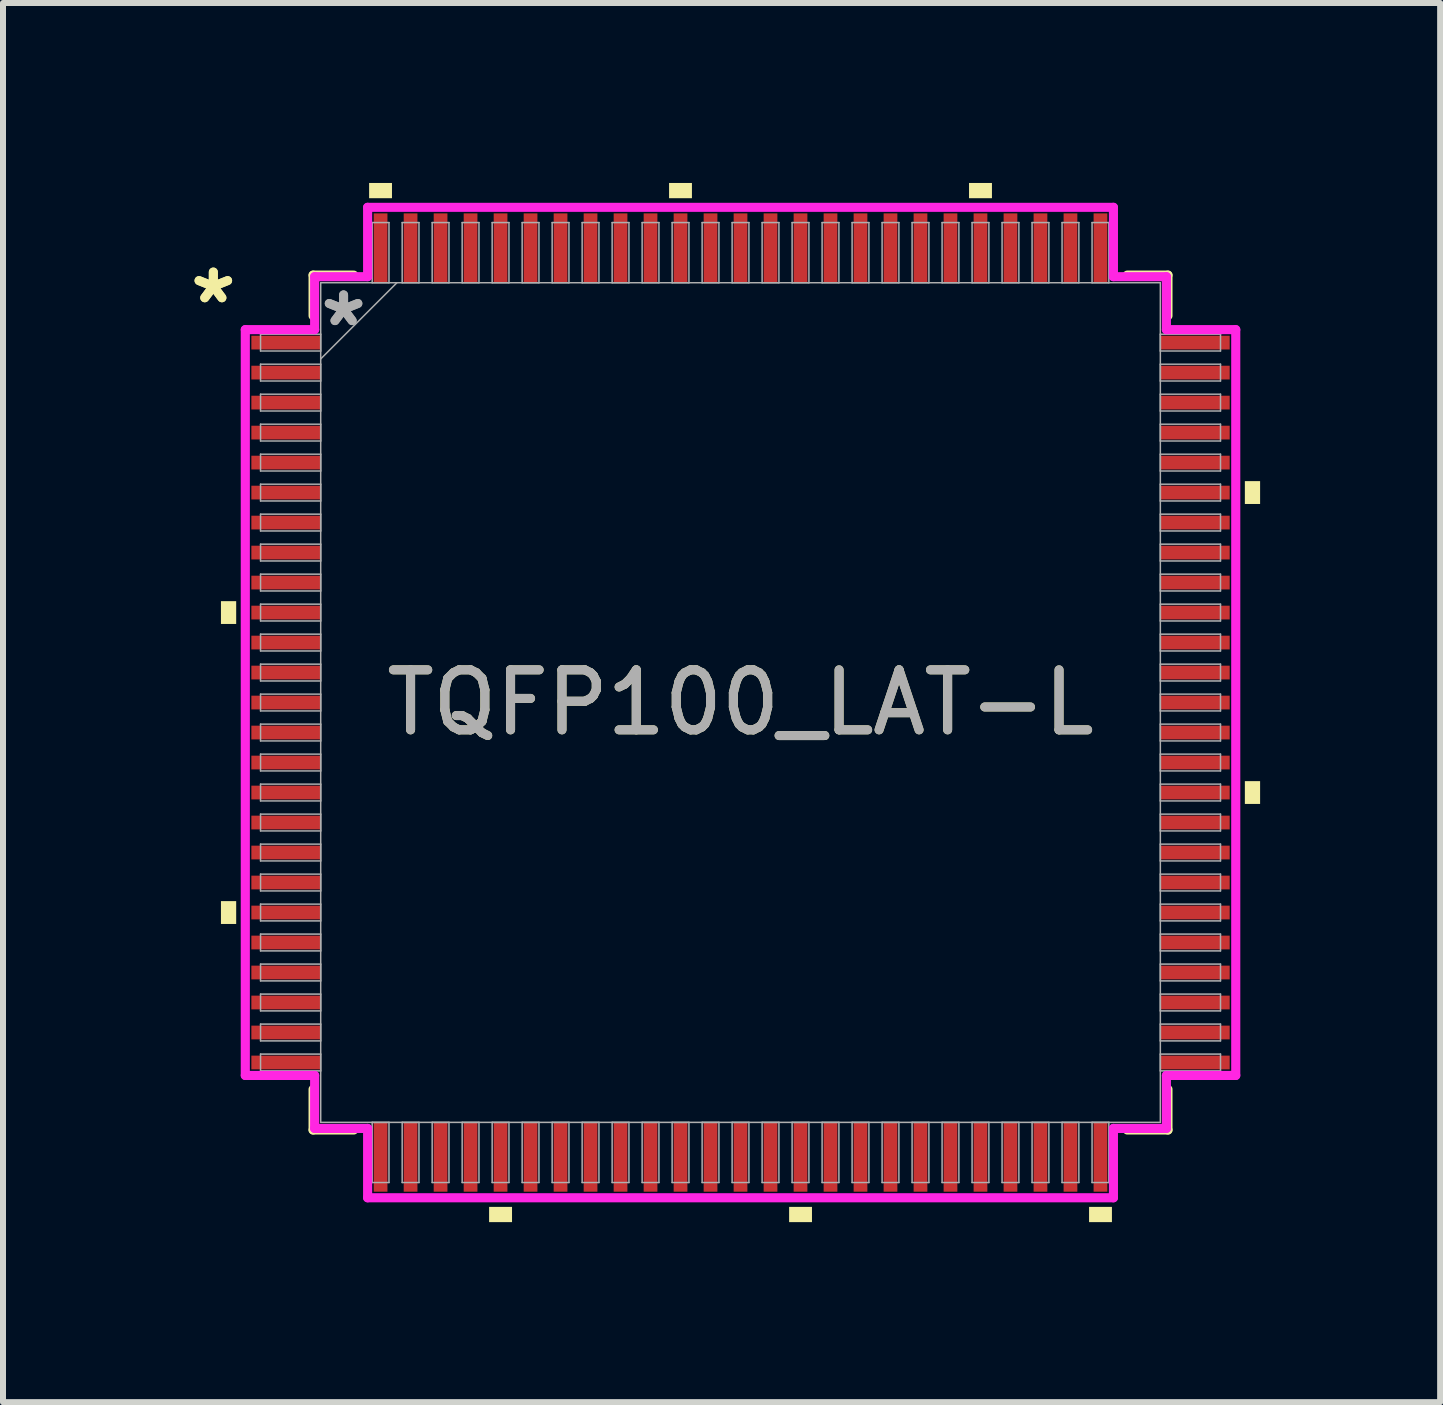
<source format=kicad_pcb>
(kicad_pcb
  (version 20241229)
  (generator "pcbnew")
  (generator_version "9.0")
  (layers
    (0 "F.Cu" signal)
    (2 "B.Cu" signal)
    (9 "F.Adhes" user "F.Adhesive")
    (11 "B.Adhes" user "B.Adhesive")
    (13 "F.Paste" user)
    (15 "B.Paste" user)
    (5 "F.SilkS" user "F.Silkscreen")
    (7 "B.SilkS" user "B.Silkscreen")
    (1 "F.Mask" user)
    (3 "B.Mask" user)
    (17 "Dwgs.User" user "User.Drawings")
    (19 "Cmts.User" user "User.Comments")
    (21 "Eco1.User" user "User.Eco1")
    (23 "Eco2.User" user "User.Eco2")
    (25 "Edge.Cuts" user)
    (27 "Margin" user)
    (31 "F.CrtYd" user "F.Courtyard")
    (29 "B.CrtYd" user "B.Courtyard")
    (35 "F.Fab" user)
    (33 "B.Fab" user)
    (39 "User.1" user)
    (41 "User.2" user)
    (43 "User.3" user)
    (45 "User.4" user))
  (footprint "TQFP100_LAT-L"
    (layer "F.Cu")
    (at 9.294 8.661)
    (property "Reference" "TQFP100_LAT-L" (at 0 0 0) (unlocked yes) (layer "F.SilkS") (effects (font (size 1 1) (thickness 0.15))))
    (attr smd)
    (fp_line (start -7.125 -7.125) (end -7.125 -6.447) (stroke (width 0.152) (type solid)) (layer "F.SilkS"))
    (fp_line (start -7.125 6.447) (end -7.125 7.125) (stroke (width 0.152) (type solid)) (layer "F.SilkS"))
    (fp_line (start -7.125 7.125) (end -6.447 7.125) (stroke (width 0.152) (type solid)) (layer "F.SilkS"))
    (fp_line (start -6.447 -7.125) (end -7.125 -7.125) (stroke (width 0.152) (type solid)) (layer "F.SilkS"))
    (fp_line (start 6.447 7.125) (end 7.125 7.125) (stroke (width 0.152) (type solid)) (layer "F.SilkS"))
    (fp_line (start 7.125 -7.125) (end 6.447 -7.125) (stroke (width 0.152) (type solid)) (layer "F.SilkS"))
    (fp_line (start 7.125 -6.447) (end 7.125 -7.125) (stroke (width 0.152) (type solid)) (layer "F.SilkS"))
    (fp_line (start 7.125 7.125) (end 7.125 6.447) (stroke (width 0.152) (type solid)) (layer "F.SilkS"))
    (fp_poly (pts (xy -8.661 -1.69) (xy -8.661 -1.31) (xy -8.407 -1.31) (xy -8.407 -1.69)) (stroke (width 0) (type solid)) (fill yes) (layer "F.SilkS"))
    (fp_poly (pts (xy -8.661 3.31) (xy -8.661 3.691) (xy -8.407 3.691) (xy -8.407 3.31)) (stroke (width 0) (type solid)) (fill yes) (layer "F.SilkS"))
    (fp_poly (pts (xy -6.191 -8.407) (xy -6.191 -8.661) (xy -5.81 -8.661) (xy -5.81 -8.407)) (stroke (width 0) (type solid)) (fill yes) (layer "F.SilkS"))
    (fp_poly (pts (xy -4.191 8.407) (xy -4.191 8.661) (xy -3.809 8.661) (xy -3.809 8.407)) (stroke (width 0) (type solid)) (fill yes) (layer "F.SilkS"))
    (fp_poly (pts (xy -1.191 -8.407) (xy -1.191 -8.661) (xy -0.81 -8.661) (xy -0.81 -8.407)) (stroke (width 0) (type solid)) (fill yes) (layer "F.SilkS"))
    (fp_poly (pts (xy 0.81 8.407) (xy 0.81 8.661) (xy 1.191 8.661) (xy 1.191 8.407)) (stroke (width 0) (type solid)) (fill yes) (layer "F.SilkS"))
    (fp_poly (pts (xy 3.809 -8.407) (xy 3.809 -8.661) (xy 4.191 -8.661) (xy 4.191 -8.407)) (stroke (width 0) (type solid)) (fill yes) (layer "F.SilkS"))
    (fp_poly (pts (xy 5.81 8.407) (xy 5.81 8.661) (xy 6.191 8.661) (xy 6.191 8.407)) (stroke (width 0) (type solid)) (fill yes) (layer "F.SilkS"))
    (fp_poly (pts (xy 8.661 -3.691) (xy 8.661 -3.31) (xy 8.407 -3.31) (xy 8.407 -3.691)) (stroke (width 0) (type solid)) (fill yes) (layer "F.SilkS"))
    (fp_poly (pts (xy 8.661 1.31) (xy 8.661 1.69) (xy 8.407 1.69) (xy 8.407 1.31)) (stroke (width 0) (type solid)) (fill yes) (layer "F.SilkS"))
    (fp_line (start -8.255 -6.216) (end -7.099 -6.216) (stroke (width 0.152) (type solid)) (layer "F.CrtYd"))
    (fp_line (start -8.255 6.216) (end -8.255 -6.216) (stroke (width 0.152) (type solid)) (layer "F.CrtYd"))
    (fp_line (start -7.099 -7.099) (end -6.216 -7.099) (stroke (width 0.152) (type solid)) (layer "F.CrtYd"))
    (fp_line (start -7.099 -6.216) (end -7.099 -7.099) (stroke (width 0.152) (type solid)) (layer "F.CrtYd"))
    (fp_line (start -7.099 6.216) (end -8.255 6.216) (stroke (width 0.152) (type solid)) (layer "F.CrtYd"))
    (fp_line (start -7.099 7.099) (end -7.099 6.216) (stroke (width 0.152) (type solid)) (layer "F.CrtYd"))
    (fp_line (start -7.099 7.099) (end -6.216 7.099) (stroke (width 0.152) (type solid)) (layer "F.CrtYd"))
    (fp_line (start -6.216 -8.255) (end 6.216 -8.255) (stroke (width 0.152) (type solid)) (layer "F.CrtYd"))
    (fp_line (start -6.216 -7.099) (end -6.216 -8.255) (stroke (width 0.152) (type solid)) (layer "F.CrtYd"))
    (fp_line (start -6.216 7.099) (end -6.216 8.255) (stroke (width 0.152) (type solid)) (layer "F.CrtYd"))
    (fp_line (start -6.216 8.255) (end 6.216 8.255) (stroke (width 0.152) (type solid)) (layer "F.CrtYd"))
    (fp_line (start 6.216 -8.255) (end 6.216 -7.099) (stroke (width 0.152) (type solid)) (layer "F.CrtYd"))
    (fp_line (start 6.216 -7.099) (end 7.099 -7.099) (stroke (width 0.152) (type solid)) (layer "F.CrtYd"))
    (fp_line (start 6.216 7.099) (end 7.099 7.099) (stroke (width 0.152) (type solid)) (layer "F.CrtYd"))
    (fp_line (start 6.216 8.255) (end 6.216 7.099) (stroke (width 0.152) (type solid)) (layer "F.CrtYd"))
    (fp_line (start 7.099 -6.216) (end 7.099 -7.099) (stroke (width 0.152) (type solid)) (layer "F.CrtYd"))
    (fp_line (start 7.099 6.216) (end 8.255 6.216) (stroke (width 0.152) (type solid)) (layer "F.CrtYd"))
    (fp_line (start 7.099 7.099) (end 7.099 6.216) (stroke (width 0.152) (type solid)) (layer "F.CrtYd"))
    (fp_line (start 8.255 -6.216) (end 7.099 -6.216) (stroke (width 0.152) (type solid)) (layer "F.CrtYd"))
    (fp_line (start 8.255 6.216) (end 8.255 -6.216) (stroke (width 0.152) (type solid)) (layer "F.CrtYd"))
    (fp_line (start -8.001 -6.14) (end -8.001 -5.86) (stroke (width 0.025) (type solid)) (layer "F.Fab"))
    (fp_line (start -8.001 -5.86) (end -6.998 -5.86) (stroke (width 0.025) (type solid)) (layer "F.Fab"))
    (fp_line (start -8.001 -5.64) (end -8.001 -5.36) (stroke (width 0.025) (type solid)) (layer "F.Fab"))
    (fp_line (start -8.001 -5.36) (end -6.998 -5.36) (stroke (width 0.025) (type solid)) (layer "F.Fab"))
    (fp_line (start -8.001 -5.14) (end -8.001 -4.86) (stroke (width 0.025) (type solid)) (layer "F.Fab"))
    (fp_line (start -8.001 -4.86) (end -6.998 -4.86) (stroke (width 0.025) (type solid)) (layer "F.Fab"))
    (fp_line (start -8.001 -4.64) (end -8.001 -4.36) (stroke (width 0.025) (type solid)) (layer "F.Fab"))
    (fp_line (start -8.001 -4.36) (end -6.998 -4.36) (stroke (width 0.025) (type solid)) (layer "F.Fab"))
    (fp_line (start -8.001 -4.14) (end -8.001 -3.86) (stroke (width 0.025) (type solid)) (layer "F.Fab"))
    (fp_line (start -8.001 -3.86) (end -6.998 -3.86) (stroke (width 0.025) (type solid)) (layer "F.Fab"))
    (fp_line (start -8.001 -3.64) (end -8.001 -3.36) (stroke (width 0.025) (type solid)) (layer "F.Fab"))
    (fp_line (start -8.001 -3.36) (end -6.998 -3.36) (stroke (width 0.025) (type solid)) (layer "F.Fab"))
    (fp_line (start -8.001 -3.14) (end -8.001 -2.86) (stroke (width 0.025) (type solid)) (layer "F.Fab"))
    (fp_line (start -8.001 -2.86) (end -6.998 -2.86) (stroke (width 0.025) (type solid)) (layer "F.Fab"))
    (fp_line (start -8.001 -2.64) (end -8.001 -2.36) (stroke (width 0.025) (type solid)) (layer "F.Fab"))
    (fp_line (start -8.001 -2.36) (end -6.998 -2.36) (stroke (width 0.025) (type solid)) (layer "F.Fab"))
    (fp_line (start -8.001 -2.14) (end -8.001 -1.86) (stroke (width 0.025) (type solid)) (layer "F.Fab"))
    (fp_line (start -8.001 -1.86) (end -6.998 -1.86) (stroke (width 0.025) (type solid)) (layer "F.Fab"))
    (fp_line (start -8.001 -1.64) (end -8.001 -1.36) (stroke (width 0.025) (type solid)) (layer "F.Fab"))
    (fp_line (start -8.001 -1.36) (end -6.998 -1.36) (stroke (width 0.025) (type solid)) (layer "F.Fab"))
    (fp_line (start -8.001 -1.14) (end -8.001 -0.86) (stroke (width 0.025) (type solid)) (layer "F.Fab"))
    (fp_line (start -8.001 -0.86) (end -6.998 -0.86) (stroke (width 0.025) (type solid)) (layer "F.Fab"))
    (fp_line (start -8.001 -0.64) (end -8.001 -0.36) (stroke (width 0.025) (type solid)) (layer "F.Fab"))
    (fp_line (start -8.001 -0.36) (end -6.998 -0.36) (stroke (width 0.025) (type solid)) (layer "F.Fab"))
    (fp_line (start -8.001 -0.14) (end -8.001 0.14) (stroke (width 0.025) (type solid)) (layer "F.Fab"))
    (fp_line (start -8.001 0.14) (end -6.998 0.14) (stroke (width 0.025) (type solid)) (layer "F.Fab"))
    (fp_line (start -8.001 0.36) (end -8.001 0.64) (stroke (width 0.025) (type solid)) (layer "F.Fab"))
    (fp_line (start -8.001 0.64) (end -6.998 0.64) (stroke (width 0.025) (type solid)) (layer "F.Fab"))
    (fp_line (start -8.001 0.86) (end -8.001 1.14) (stroke (width 0.025) (type solid)) (layer "F.Fab"))
    (fp_line (start -8.001 1.14) (end -6.998 1.14) (stroke (width 0.025) (type solid)) (layer "F.Fab"))
    (fp_line (start -8.001 1.36) (end -8.001 1.64) (stroke (width 0.025) (type solid)) (layer "F.Fab"))
    (fp_line (start -8.001 1.64) (end -6.998 1.64) (stroke (width 0.025) (type solid)) (layer "F.Fab"))
    (fp_line (start -8.001 1.86) (end -8.001 2.14) (stroke (width 0.025) (type solid)) (layer "F.Fab"))
    (fp_line (start -8.001 2.14) (end -6.998 2.14) (stroke (width 0.025) (type solid)) (layer "F.Fab"))
    (fp_line (start -8.001 2.36) (end -8.001 2.64) (stroke (width 0.025) (type solid)) (layer "F.Fab"))
    (fp_line (start -8.001 2.64) (end -6.998 2.64) (stroke (width 0.025) (type solid)) (layer "F.Fab"))
    (fp_line (start -8.001 2.86) (end -8.001 3.14) (stroke (width 0.025) (type solid)) (layer "F.Fab"))
    (fp_line (start -8.001 3.14) (end -6.998 3.14) (stroke (width 0.025) (type solid)) (layer "F.Fab"))
    (fp_line (start -8.001 3.36) (end -8.001 3.64) (stroke (width 0.025) (type solid)) (layer "F.Fab"))
    (fp_line (start -8.001 3.64) (end -6.998 3.64) (stroke (width 0.025) (type solid)) (layer "F.Fab"))
    (fp_line (start -8.001 3.86) (end -8.001 4.14) (stroke (width 0.025) (type solid)) (layer "F.Fab"))
    (fp_line (start -8.001 4.14) (end -6.998 4.14) (stroke (width 0.025) (type solid)) (layer "F.Fab"))
    (fp_line (start -8.001 4.36) (end -8.001 4.64) (stroke (width 0.025) (type solid)) (layer "F.Fab"))
    (fp_line (start -8.001 4.64) (end -6.998 4.64) (stroke (width 0.025) (type solid)) (layer "F.Fab"))
    (fp_line (start -8.001 4.86) (end -8.001 5.14) (stroke (width 0.025) (type solid)) (layer "F.Fab"))
    (fp_line (start -8.001 5.14) (end -6.998 5.14) (stroke (width 0.025) (type solid)) (layer "F.Fab"))
    (fp_line (start -8.001 5.36) (end -8.001 5.64) (stroke (width 0.025) (type solid)) (layer "F.Fab"))
    (fp_line (start -8.001 5.64) (end -6.998 5.64) (stroke (width 0.025) (type solid)) (layer "F.Fab"))
    (fp_line (start -8.001 5.86) (end -8.001 6.14) (stroke (width 0.025) (type solid)) (layer "F.Fab"))
    (fp_line (start -8.001 6.14) (end -6.998 6.14) (stroke (width 0.025) (type solid)) (layer "F.Fab"))
    (fp_line (start -6.998 -6.998) (end -6.998 6.998) (stroke (width 0.025) (type solid)) (layer "F.Fab"))
    (fp_line (start -6.998 -6.14) (end -8.001 -6.14) (stroke (width 0.025) (type solid)) (layer "F.Fab"))
    (fp_line (start -6.998 -5.86) (end -6.998 -6.14) (stroke (width 0.025) (type solid)) (layer "F.Fab"))
    (fp_line (start -6.998 -5.728) (end -5.728 -6.998) (stroke (width 0.025) (type solid)) (layer "F.Fab"))
    (fp_line (start -6.998 -5.64) (end -8.001 -5.64) (stroke (width 0.025) (type solid)) (layer "F.Fab"))
    (fp_line (start -6.998 -5.36) (end -6.998 -5.64) (stroke (width 0.025) (type solid)) (layer "F.Fab"))
    (fp_line (start -6.998 -5.14) (end -8.001 -5.14) (stroke (width 0.025) (type solid)) (layer "F.Fab"))
    (fp_line (start -6.998 -4.86) (end -6.998 -5.14) (stroke (width 0.025) (type solid)) (layer "F.Fab"))
    (fp_line (start -6.998 -4.64) (end -8.001 -4.64) (stroke (width 0.025) (type solid)) (layer "F.Fab"))
    (fp_line (start -6.998 -4.36) (end -6.998 -4.64) (stroke (width 0.025) (type solid)) (layer "F.Fab"))
    (fp_line (start -6.998 -4.14) (end -8.001 -4.14) (stroke (width 0.025) (type solid)) (layer "F.Fab"))
    (fp_line (start -6.998 -3.86) (end -6.998 -4.14) (stroke (width 0.025) (type solid)) (layer "F.Fab"))
    (fp_line (start -6.998 -3.64) (end -8.001 -3.64) (stroke (width 0.025) (type solid)) (layer "F.Fab"))
    (fp_line (start -6.998 -3.36) (end -6.998 -3.64) (stroke (width 0.025) (type solid)) (layer "F.Fab"))
    (fp_line (start -6.998 -3.14) (end -8.001 -3.14) (stroke (width 0.025) (type solid)) (layer "F.Fab"))
    (fp_line (start -6.998 -2.86) (end -6.998 -3.14) (stroke (width 0.025) (type solid)) (layer "F.Fab"))
    (fp_line (start -6.998 -2.64) (end -8.001 -2.64) (stroke (width 0.025) (type solid)) (layer "F.Fab"))
    (fp_line (start -6.998 -2.36) (end -6.998 -2.64) (stroke (width 0.025) (type solid)) (layer "F.Fab"))
    (fp_line (start -6.998 -2.14) (end -8.001 -2.14) (stroke (width 0.025) (type solid)) (layer "F.Fab"))
    (fp_line (start -6.998 -1.86) (end -6.998 -2.14) (stroke (width 0.025) (type solid)) (layer "F.Fab"))
    (fp_line (start -6.998 -1.64) (end -8.001 -1.64) (stroke (width 0.025) (type solid)) (layer "F.Fab"))
    (fp_line (start -6.998 -1.36) (end -6.998 -1.64) (stroke (width 0.025) (type solid)) (layer "F.Fab"))
    (fp_line (start -6.998 -1.14) (end -8.001 -1.14) (stroke (width 0.025) (type solid)) (layer "F.Fab"))
    (fp_line (start -6.998 -0.86) (end -6.998 -1.14) (stroke (width 0.025) (type solid)) (layer "F.Fab"))
    (fp_line (start -6.998 -0.64) (end -8.001 -0.64) (stroke (width 0.025) (type solid)) (layer "F.Fab"))
    (fp_line (start -6.998 -0.36) (end -6.998 -0.64) (stroke (width 0.025) (type solid)) (layer "F.Fab"))
    (fp_line (start -6.998 -0.14) (end -8.001 -0.14) (stroke (width 0.025) (type solid)) (layer "F.Fab"))
    (fp_line (start -6.998 0.14) (end -6.998 -0.14) (stroke (width 0.025) (type solid)) (layer "F.Fab"))
    (fp_line (start -6.998 0.36) (end -8.001 0.36) (stroke (width 0.025) (type solid)) (layer "F.Fab"))
    (fp_line (start -6.998 0.64) (end -6.998 0.36) (stroke (width 0.025) (type solid)) (layer "F.Fab"))
    (fp_line (start -6.998 0.86) (end -8.001 0.86) (stroke (width 0.025) (type solid)) (layer "F.Fab"))
    (fp_line (start -6.998 1.14) (end -6.998 0.86) (stroke (width 0.025) (type solid)) (layer "F.Fab"))
    (fp_line (start -6.998 1.36) (end -8.001 1.36) (stroke (width 0.025) (type solid)) (layer "F.Fab"))
    (fp_line (start -6.998 1.64) (end -6.998 1.36) (stroke (width 0.025) (type solid)) (layer "F.Fab"))
    (fp_line (start -6.998 1.86) (end -8.001 1.86) (stroke (width 0.025) (type solid)) (layer "F.Fab"))
    (fp_line (start -6.998 2.14) (end -6.998 1.86) (stroke (width 0.025) (type solid)) (layer "F.Fab"))
    (fp_line (start -6.998 2.36) (end -8.001 2.36) (stroke (width 0.025) (type solid)) (layer "F.Fab"))
    (fp_line (start -6.998 2.64) (end -6.998 2.36) (stroke (width 0.025) (type solid)) (layer "F.Fab"))
    (fp_line (start -6.998 2.86) (end -8.001 2.86) (stroke (width 0.025) (type solid)) (layer "F.Fab"))
    (fp_line (start -6.998 3.14) (end -6.998 2.86) (stroke (width 0.025) (type solid)) (layer "F.Fab"))
    (fp_line (start -6.998 3.36) (end -8.001 3.36) (stroke (width 0.025) (type solid)) (layer "F.Fab"))
    (fp_line (start -6.998 3.64) (end -6.998 3.36) (stroke (width 0.025) (type solid)) (layer "F.Fab"))
    (fp_line (start -6.998 3.86) (end -8.001 3.86) (stroke (width 0.025) (type solid)) (layer "F.Fab"))
    (fp_line (start -6.998 4.14) (end -6.998 3.86) (stroke (width 0.025) (type solid)) (layer "F.Fab"))
    (fp_line (start -6.998 4.36) (end -8.001 4.36) (stroke (width 0.025) (type solid)) (layer "F.Fab"))
    (fp_line (start -6.998 4.64) (end -6.998 4.36) (stroke (width 0.025) (type solid)) (layer "F.Fab"))
    (fp_line (start -6.998 4.86) (end -8.001 4.86) (stroke (width 0.025) (type solid)) (layer "F.Fab"))
    (fp_line (start -6.998 5.14) (end -6.998 4.86) (stroke (width 0.025) (type solid)) (layer "F.Fab"))
    (fp_line (start -6.998 5.36) (end -8.001 5.36) (stroke (width 0.025) (type solid)) (layer "F.Fab"))
    (fp_line (start -6.998 5.64) (end -6.998 5.36) (stroke (width 0.025) (type solid)) (layer "F.Fab"))
    (fp_line (start -6.998 5.86) (end -8.001 5.86) (stroke (width 0.025) (type solid)) (layer "F.Fab"))
    (fp_line (start -6.998 6.14) (end -6.998 5.86) (stroke (width 0.025) (type solid)) (layer "F.Fab"))
    (fp_line (start -6.998 6.998) (end 6.998 6.998) (stroke (width 0.025) (type solid)) (layer "F.Fab"))
    (fp_line (start -6.14 -8.001) (end -6.14 -6.998) (stroke (width 0.025) (type solid)) (layer "F.Fab"))
    (fp_line (start -6.14 -6.998) (end -5.86 -6.998) (stroke (width 0.025) (type solid)) (layer "F.Fab"))
    (fp_line (start -6.14 6.998) (end -6.14 8.001) (stroke (width 0.025) (type solid)) (layer "F.Fab"))
    (fp_line (start -6.14 8.001) (end -5.86 8.001) (stroke (width 0.025) (type solid)) (layer "F.Fab"))
    (fp_line (start -5.86 -8.001) (end -6.14 -8.001) (stroke (width 0.025) (type solid)) (layer "F.Fab"))
    (fp_line (start -5.86 -6.998) (end -5.86 -8.001) (stroke (width 0.025) (type solid)) (layer "F.Fab"))
    (fp_line (start -5.86 6.998) (end -6.14 6.998) (stroke (width 0.025) (type solid)) (layer "F.Fab"))
    (fp_line (start -5.86 8.001) (end -5.86 6.998) (stroke (width 0.025) (type solid)) (layer "F.Fab"))
    (fp_line (start -5.64 -8.001) (end -5.64 -6.998) (stroke (width 0.025) (type solid)) (layer "F.Fab"))
    (fp_line (start -5.64 -6.998) (end -5.36 -6.998) (stroke (width 0.025) (type solid)) (layer "F.Fab"))
    (fp_line (start -5.64 6.998) (end -5.64 8.001) (stroke (width 0.025) (type solid)) (layer "F.Fab"))
    (fp_line (start -5.64 8.001) (end -5.36 8.001) (stroke (width 0.025) (type solid)) (layer "F.Fab"))
    (fp_line (start -5.36 -8.001) (end -5.64 -8.001) (stroke (width 0.025) (type solid)) (layer "F.Fab"))
    (fp_line (start -5.36 -6.998) (end -5.36 -8.001) (stroke (width 0.025) (type solid)) (layer "F.Fab"))
    (fp_line (start -5.36 6.998) (end -5.64 6.998) (stroke (width 0.025) (type solid)) (layer "F.Fab"))
    (fp_line (start -5.36 8.001) (end -5.36 6.998) (stroke (width 0.025) (type solid)) (layer "F.Fab"))
    (fp_line (start -5.14 -8.001) (end -5.14 -6.998) (stroke (width 0.025) (type solid)) (layer "F.Fab"))
    (fp_line (start -5.14 -6.998) (end -4.86 -6.998) (stroke (width 0.025) (type solid)) (layer "F.Fab"))
    (fp_line (start -5.14 6.998) (end -5.14 8.001) (stroke (width 0.025) (type solid)) (layer "F.Fab"))
    (fp_line (start -5.14 8.001) (end -4.86 8.001) (stroke (width 0.025) (type solid)) (layer "F.Fab"))
    (fp_line (start -4.86 -8.001) (end -5.14 -8.001) (stroke (width 0.025) (type solid)) (layer "F.Fab"))
    (fp_line (start -4.86 -6.998) (end -4.86 -8.001) (stroke (width 0.025) (type solid)) (layer "F.Fab"))
    (fp_line (start -4.86 6.998) (end -5.14 6.998) (stroke (width 0.025) (type solid)) (layer "F.Fab"))
    (fp_line (start -4.86 8.001) (end -4.86 6.998) (stroke (width 0.025) (type solid)) (layer "F.Fab"))
    (fp_line (start -4.64 -8.001) (end -4.64 -6.998) (stroke (width 0.025) (type solid)) (layer "F.Fab"))
    (fp_line (start -4.64 -6.998) (end -4.36 -6.998) (stroke (width 0.025) (type solid)) (layer "F.Fab"))
    (fp_line (start -4.64 6.998) (end -4.64 8.001) (stroke (width 0.025) (type solid)) (layer "F.Fab"))
    (fp_line (start -4.64 8.001) (end -4.36 8.001) (stroke (width 0.025) (type solid)) (layer "F.Fab"))
    (fp_line (start -4.36 -8.001) (end -4.64 -8.001) (stroke (width 0.025) (type solid)) (layer "F.Fab"))
    (fp_line (start -4.36 -6.998) (end -4.36 -8.001) (stroke (width 0.025) (type solid)) (layer "F.Fab"))
    (fp_line (start -4.36 6.998) (end -4.64 6.998) (stroke (width 0.025) (type solid)) (layer "F.Fab"))
    (fp_line (start -4.36 8.001) (end -4.36 6.998) (stroke (width 0.025) (type solid)) (layer "F.Fab"))
    (fp_line (start -4.14 -8.001) (end -4.14 -6.998) (stroke (width 0.025) (type solid)) (layer "F.Fab"))
    (fp_line (start -4.14 -6.998) (end -3.86 -6.998) (stroke (width 0.025) (type solid)) (layer "F.Fab"))
    (fp_line (start -4.14 6.998) (end -4.14 8.001) (stroke (width 0.025) (type solid)) (layer "F.Fab"))
    (fp_line (start -4.14 8.001) (end -3.86 8.001) (stroke (width 0.025) (type solid)) (layer "F.Fab"))
    (fp_line (start -3.86 -8.001) (end -4.14 -8.001) (stroke (width 0.025) (type solid)) (layer "F.Fab"))
    (fp_line (start -3.86 -6.998) (end -3.86 -8.001) (stroke (width 0.025) (type solid)) (layer "F.Fab"))
    (fp_line (start -3.86 6.998) (end -4.14 6.998) (stroke (width 0.025) (type solid)) (layer "F.Fab"))
    (fp_line (start -3.86 8.001) (end -3.86 6.998) (stroke (width 0.025) (type solid)) (layer "F.Fab"))
    (fp_line (start -3.64 -8.001) (end -3.64 -6.998) (stroke (width 0.025) (type solid)) (layer "F.Fab"))
    (fp_line (start -3.64 -6.998) (end -3.36 -6.998) (stroke (width 0.025) (type solid)) (layer "F.Fab"))
    (fp_line (start -3.64 6.998) (end -3.64 8.001) (stroke (width 0.025) (type solid)) (layer "F.Fab"))
    (fp_line (start -3.64 8.001) (end -3.36 8.001) (stroke (width 0.025) (type solid)) (layer "F.Fab"))
    (fp_line (start -3.36 -8.001) (end -3.64 -8.001) (stroke (width 0.025) (type solid)) (layer "F.Fab"))
    (fp_line (start -3.36 -6.998) (end -3.36 -8.001) (stroke (width 0.025) (type solid)) (layer "F.Fab"))
    (fp_line (start -3.36 6.998) (end -3.64 6.998) (stroke (width 0.025) (type solid)) (layer "F.Fab"))
    (fp_line (start -3.36 8.001) (end -3.36 6.998) (stroke (width 0.025) (type solid)) (layer "F.Fab"))
    (fp_line (start -3.14 -8.001) (end -3.14 -6.998) (stroke (width 0.025) (type solid)) (layer "F.Fab"))
    (fp_line (start -3.14 -6.998) (end -2.86 -6.998) (stroke (width 0.025) (type solid)) (layer "F.Fab"))
    (fp_line (start -3.14 6.998) (end -3.14 8.001) (stroke (width 0.025) (type solid)) (layer "F.Fab"))
    (fp_line (start -3.14 8.001) (end -2.86 8.001) (stroke (width 0.025) (type solid)) (layer "F.Fab"))
    (fp_line (start -2.86 -8.001) (end -3.14 -8.001) (stroke (width 0.025) (type solid)) (layer "F.Fab"))
    (fp_line (start -2.86 -6.998) (end -2.86 -8.001) (stroke (width 0.025) (type solid)) (layer "F.Fab"))
    (fp_line (start -2.86 6.998) (end -3.14 6.998) (stroke (width 0.025) (type solid)) (layer "F.Fab"))
    (fp_line (start -2.86 8.001) (end -2.86 6.998) (stroke (width 0.025) (type solid)) (layer "F.Fab"))
    (fp_line (start -2.64 -8.001) (end -2.64 -6.998) (stroke (width 0.025) (type solid)) (layer "F.Fab"))
    (fp_line (start -2.64 -6.998) (end -2.36 -6.998) (stroke (width 0.025) (type solid)) (layer "F.Fab"))
    (fp_line (start -2.64 6.998) (end -2.64 8.001) (stroke (width 0.025) (type solid)) (layer "F.Fab"))
    (fp_line (start -2.64 8.001) (end -2.36 8.001) (stroke (width 0.025) (type solid)) (layer "F.Fab"))
    (fp_line (start -2.36 -8.001) (end -2.64 -8.001) (stroke (width 0.025) (type solid)) (layer "F.Fab"))
    (fp_line (start -2.36 -6.998) (end -2.36 -8.001) (stroke (width 0.025) (type solid)) (layer "F.Fab"))
    (fp_line (start -2.36 6.998) (end -2.64 6.998) (stroke (width 0.025) (type solid)) (layer "F.Fab"))
    (fp_line (start -2.36 8.001) (end -2.36 6.998) (stroke (width 0.025) (type solid)) (layer "F.Fab"))
    (fp_line (start -2.14 -8.001) (end -2.14 -6.998) (stroke (width 0.025) (type solid)) (layer "F.Fab"))
    (fp_line (start -2.14 -6.998) (end -1.86 -6.998) (stroke (width 0.025) (type solid)) (layer "F.Fab"))
    (fp_line (start -2.14 6.998) (end -2.14 8.001) (stroke (width 0.025) (type solid)) (layer "F.Fab"))
    (fp_line (start -2.14 8.001) (end -1.86 8.001) (stroke (width 0.025) (type solid)) (layer "F.Fab"))
    (fp_line (start -1.86 -8.001) (end -2.14 -8.001) (stroke (width 0.025) (type solid)) (layer "F.Fab"))
    (fp_line (start -1.86 -6.998) (end -1.86 -8.001) (stroke (width 0.025) (type solid)) (layer "F.Fab"))
    (fp_line (start -1.86 6.998) (end -2.14 6.998) (stroke (width 0.025) (type solid)) (layer "F.Fab"))
    (fp_line (start -1.86 8.001) (end -1.86 6.998) (stroke (width 0.025) (type solid)) (layer "F.Fab"))
    (fp_line (start -1.64 -8.001) (end -1.64 -6.998) (stroke (width 0.025) (type solid)) (layer "F.Fab"))
    (fp_line (start -1.64 -6.998) (end -1.36 -6.998) (stroke (width 0.025) (type solid)) (layer "F.Fab"))
    (fp_line (start -1.64 6.998) (end -1.64 8.001) (stroke (width 0.025) (type solid)) (layer "F.Fab"))
    (fp_line (start -1.64 8.001) (end -1.36 8.001) (stroke (width 0.025) (type solid)) (layer "F.Fab"))
    (fp_line (start -1.36 -8.001) (end -1.64 -8.001) (stroke (width 0.025) (type solid)) (layer "F.Fab"))
    (fp_line (start -1.36 -6.998) (end -1.36 -8.001) (stroke (width 0.025) (type solid)) (layer "F.Fab"))
    (fp_line (start -1.36 6.998) (end -1.64 6.998) (stroke (width 0.025) (type solid)) (layer "F.Fab"))
    (fp_line (start -1.36 8.001) (end -1.36 6.998) (stroke (width 0.025) (type solid)) (layer "F.Fab"))
    (fp_line (start -1.14 -8.001) (end -1.14 -6.998) (stroke (width 0.025) (type solid)) (layer "F.Fab"))
    (fp_line (start -1.14 -6.998) (end -0.86 -6.998) (stroke (width 0.025) (type solid)) (layer "F.Fab"))
    (fp_line (start -1.14 6.998) (end -1.14 8.001) (stroke (width 0.025) (type solid)) (layer "F.Fab"))
    (fp_line (start -1.14 8.001) (end -0.86 8.001) (stroke (width 0.025) (type solid)) (layer "F.Fab"))
    (fp_line (start -0.86 -8.001) (end -1.14 -8.001) (stroke (width 0.025) (type solid)) (layer "F.Fab"))
    (fp_line (start -0.86 -6.998) (end -0.86 -8.001) (stroke (width 0.025) (type solid)) (layer "F.Fab"))
    (fp_line (start -0.86 6.998) (end -1.14 6.998) (stroke (width 0.025) (type solid)) (layer "F.Fab"))
    (fp_line (start -0.86 8.001) (end -0.86 6.998) (stroke (width 0.025) (type solid)) (layer "F.Fab"))
    (fp_line (start -0.64 -8.001) (end -0.64 -6.998) (stroke (width 0.025) (type solid)) (layer "F.Fab"))
    (fp_line (start -0.64 -6.998) (end -0.36 -6.998) (stroke (width 0.025) (type solid)) (layer "F.Fab"))
    (fp_line (start -0.64 6.998) (end -0.64 8.001) (stroke (width 0.025) (type solid)) (layer "F.Fab"))
    (fp_line (start -0.64 8.001) (end -0.36 8.001) (stroke (width 0.025) (type solid)) (layer "F.Fab"))
    (fp_line (start -0.36 -8.001) (end -0.64 -8.001) (stroke (width 0.025) (type solid)) (layer "F.Fab"))
    (fp_line (start -0.36 -6.998) (end -0.36 -8.001) (stroke (width 0.025) (type solid)) (layer "F.Fab"))
    (fp_line (start -0.36 6.998) (end -0.64 6.998) (stroke (width 0.025) (type solid)) (layer "F.Fab"))
    (fp_line (start -0.36 8.001) (end -0.36 6.998) (stroke (width 0.025) (type solid)) (layer "F.Fab"))
    (fp_line (start -0.14 -8.001) (end -0.14 -6.998) (stroke (width 0.025) (type solid)) (layer "F.Fab"))
    (fp_line (start -0.14 -6.998) (end 0.14 -6.998) (stroke (width 0.025) (type solid)) (layer "F.Fab"))
    (fp_line (start -0.14 6.998) (end -0.14 8.001) (stroke (width 0.025) (type solid)) (layer "F.Fab"))
    (fp_line (start -0.14 8.001) (end 0.14 8.001) (stroke (width 0.025) (type solid)) (layer "F.Fab"))
    (fp_line (start 0.14 -8.001) (end -0.14 -8.001) (stroke (width 0.025) (type solid)) (layer "F.Fab"))
    (fp_line (start 0.14 -6.998) (end 0.14 -8.001) (stroke (width 0.025) (type solid)) (layer "F.Fab"))
    (fp_line (start 0.14 6.998) (end -0.14 6.998) (stroke (width 0.025) (type solid)) (layer "F.Fab"))
    (fp_line (start 0.14 8.001) (end 0.14 6.998) (stroke (width 0.025) (type solid)) (layer "F.Fab"))
    (fp_line (start 0.36 -8.001) (end 0.36 -6.998) (stroke (width 0.025) (type solid)) (layer "F.Fab"))
    (fp_line (start 0.36 -6.998) (end 0.64 -6.998) (stroke (width 0.025) (type solid)) (layer "F.Fab"))
    (fp_line (start 0.36 6.998) (end 0.36 8.001) (stroke (width 0.025) (type solid)) (layer "F.Fab"))
    (fp_line (start 0.36 8.001) (end 0.64 8.001) (stroke (width 0.025) (type solid)) (layer "F.Fab"))
    (fp_line (start 0.64 -8.001) (end 0.36 -8.001) (stroke (width 0.025) (type solid)) (layer "F.Fab"))
    (fp_line (start 0.64 -6.998) (end 0.64 -8.001) (stroke (width 0.025) (type solid)) (layer "F.Fab"))
    (fp_line (start 0.64 6.998) (end 0.36 6.998) (stroke (width 0.025) (type solid)) (layer "F.Fab"))
    (fp_line (start 0.64 8.001) (end 0.64 6.998) (stroke (width 0.025) (type solid)) (layer "F.Fab"))
    (fp_line (start 0.86 -8.001) (end 0.86 -6.998) (stroke (width 0.025) (type solid)) (layer "F.Fab"))
    (fp_line (start 0.86 -6.998) (end 1.14 -6.998) (stroke (width 0.025) (type solid)) (layer "F.Fab"))
    (fp_line (start 0.86 6.998) (end 0.86 8.001) (stroke (width 0.025) (type solid)) (layer "F.Fab"))
    (fp_line (start 0.86 8.001) (end 1.14 8.001) (stroke (width 0.025) (type solid)) (layer "F.Fab"))
    (fp_line (start 1.14 -8.001) (end 0.86 -8.001) (stroke (width 0.025) (type solid)) (layer "F.Fab"))
    (fp_line (start 1.14 -6.998) (end 1.14 -8.001) (stroke (width 0.025) (type solid)) (layer "F.Fab"))
    (fp_line (start 1.14 6.998) (end 0.86 6.998) (stroke (width 0.025) (type solid)) (layer "F.Fab"))
    (fp_line (start 1.14 8.001) (end 1.14 6.998) (stroke (width 0.025) (type solid)) (layer "F.Fab"))
    (fp_line (start 1.36 -8.001) (end 1.36 -6.998) (stroke (width 0.025) (type solid)) (layer "F.Fab"))
    (fp_line (start 1.36 -6.998) (end 1.64 -6.998) (stroke (width 0.025) (type solid)) (layer "F.Fab"))
    (fp_line (start 1.36 6.998) (end 1.36 8.001) (stroke (width 0.025) (type solid)) (layer "F.Fab"))
    (fp_line (start 1.36 8.001) (end 1.64 8.001) (stroke (width 0.025) (type solid)) (layer "F.Fab"))
    (fp_line (start 1.64 -8.001) (end 1.36 -8.001) (stroke (width 0.025) (type solid)) (layer "F.Fab"))
    (fp_line (start 1.64 -6.998) (end 1.64 -8.001) (stroke (width 0.025) (type solid)) (layer "F.Fab"))
    (fp_line (start 1.64 6.998) (end 1.36 6.998) (stroke (width 0.025) (type solid)) (layer "F.Fab"))
    (fp_line (start 1.64 8.001) (end 1.64 6.998) (stroke (width 0.025) (type solid)) (layer "F.Fab"))
    (fp_line (start 1.86 -8.001) (end 1.86 -6.998) (stroke (width 0.025) (type solid)) (layer "F.Fab"))
    (fp_line (start 1.86 -6.998) (end 2.14 -6.998) (stroke (width 0.025) (type solid)) (layer "F.Fab"))
    (fp_line (start 1.86 6.998) (end 1.86 8.001) (stroke (width 0.025) (type solid)) (layer "F.Fab"))
    (fp_line (start 1.86 8.001) (end 2.14 8.001) (stroke (width 0.025) (type solid)) (layer "F.Fab"))
    (fp_line (start 2.14 -8.001) (end 1.86 -8.001) (stroke (width 0.025) (type solid)) (layer "F.Fab"))
    (fp_line (start 2.14 -6.998) (end 2.14 -8.001) (stroke (width 0.025) (type solid)) (layer "F.Fab"))
    (fp_line (start 2.14 6.998) (end 1.86 6.998) (stroke (width 0.025) (type solid)) (layer "F.Fab"))
    (fp_line (start 2.14 8.001) (end 2.14 6.998) (stroke (width 0.025) (type solid)) (layer "F.Fab"))
    (fp_line (start 2.36 -8.001) (end 2.36 -6.998) (stroke (width 0.025) (type solid)) (layer "F.Fab"))
    (fp_line (start 2.36 -6.998) (end 2.64 -6.998) (stroke (width 0.025) (type solid)) (layer "F.Fab"))
    (fp_line (start 2.36 6.998) (end 2.36 8.001) (stroke (width 0.025) (type solid)) (layer "F.Fab"))
    (fp_line (start 2.36 8.001) (end 2.64 8.001) (stroke (width 0.025) (type solid)) (layer "F.Fab"))
    (fp_line (start 2.64 -8.001) (end 2.36 -8.001) (stroke (width 0.025) (type solid)) (layer "F.Fab"))
    (fp_line (start 2.64 -6.998) (end 2.64 -8.001) (stroke (width 0.025) (type solid)) (layer "F.Fab"))
    (fp_line (start 2.64 6.998) (end 2.36 6.998) (stroke (width 0.025) (type solid)) (layer "F.Fab"))
    (fp_line (start 2.64 8.001) (end 2.64 6.998) (stroke (width 0.025) (type solid)) (layer "F.Fab"))
    (fp_line (start 2.86 -8.001) (end 2.86 -6.998) (stroke (width 0.025) (type solid)) (layer "F.Fab"))
    (fp_line (start 2.86 -6.998) (end 3.14 -6.998) (stroke (width 0.025) (type solid)) (layer "F.Fab"))
    (fp_line (start 2.86 6.998) (end 2.86 8.001) (stroke (width 0.025) (type solid)) (layer "F.Fab"))
    (fp_line (start 2.86 8.001) (end 3.14 8.001) (stroke (width 0.025) (type solid)) (layer "F.Fab"))
    (fp_line (start 3.14 -8.001) (end 2.86 -8.001) (stroke (width 0.025) (type solid)) (layer "F.Fab"))
    (fp_line (start 3.14 -6.998) (end 3.14 -8.001) (stroke (width 0.025) (type solid)) (layer "F.Fab"))
    (fp_line (start 3.14 6.998) (end 2.86 6.998) (stroke (width 0.025) (type solid)) (layer "F.Fab"))
    (fp_line (start 3.14 8.001) (end 3.14 6.998) (stroke (width 0.025) (type solid)) (layer "F.Fab"))
    (fp_line (start 3.36 -8.001) (end 3.36 -6.998) (stroke (width 0.025) (type solid)) (layer "F.Fab"))
    (fp_line (start 3.36 -6.998) (end 3.64 -6.998) (stroke (width 0.025) (type solid)) (layer "F.Fab"))
    (fp_line (start 3.36 6.998) (end 3.36 8.001) (stroke (width 0.025) (type solid)) (layer "F.Fab"))
    (fp_line (start 3.36 8.001) (end 3.64 8.001) (stroke (width 0.025) (type solid)) (layer "F.Fab"))
    (fp_line (start 3.64 -8.001) (end 3.36 -8.001) (stroke (width 0.025) (type solid)) (layer "F.Fab"))
    (fp_line (start 3.64 -6.998) (end 3.64 -8.001) (stroke (width 0.025) (type solid)) (layer "F.Fab"))
    (fp_line (start 3.64 6.998) (end 3.36 6.998) (stroke (width 0.025) (type solid)) (layer "F.Fab"))
    (fp_line (start 3.64 8.001) (end 3.64 6.998) (stroke (width 0.025) (type solid)) (layer "F.Fab"))
    (fp_line (start 3.86 -8.001) (end 3.86 -6.998) (stroke (width 0.025) (type solid)) (layer "F.Fab"))
    (fp_line (start 3.86 -6.998) (end 4.14 -6.998) (stroke (width 0.025) (type solid)) (layer "F.Fab"))
    (fp_line (start 3.86 6.998) (end 3.86 8.001) (stroke (width 0.025) (type solid)) (layer "F.Fab"))
    (fp_line (start 3.86 8.001) (end 4.14 8.001) (stroke (width 0.025) (type solid)) (layer "F.Fab"))
    (fp_line (start 4.14 -8.001) (end 3.86 -8.001) (stroke (width 0.025) (type solid)) (layer "F.Fab"))
    (fp_line (start 4.14 -6.998) (end 4.14 -8.001) (stroke (width 0.025) (type solid)) (layer "F.Fab"))
    (fp_line (start 4.14 6.998) (end 3.86 6.998) (stroke (width 0.025) (type solid)) (layer "F.Fab"))
    (fp_line (start 4.14 8.001) (end 4.14 6.998) (stroke (width 0.025) (type solid)) (layer "F.Fab"))
    (fp_line (start 4.36 -8.001) (end 4.36 -6.998) (stroke (width 0.025) (type solid)) (layer "F.Fab"))
    (fp_line (start 4.36 -6.998) (end 4.64 -6.998) (stroke (width 0.025) (type solid)) (layer "F.Fab"))
    (fp_line (start 4.36 6.998) (end 4.36 8.001) (stroke (width 0.025) (type solid)) (layer "F.Fab"))
    (fp_line (start 4.36 8.001) (end 4.64 8.001) (stroke (width 0.025) (type solid)) (layer "F.Fab"))
    (fp_line (start 4.64 -8.001) (end 4.36 -8.001) (stroke (width 0.025) (type solid)) (layer "F.Fab"))
    (fp_line (start 4.64 -6.998) (end 4.64 -8.001) (stroke (width 0.025) (type solid)) (layer "F.Fab"))
    (fp_line (start 4.64 6.998) (end 4.36 6.998) (stroke (width 0.025) (type solid)) (layer "F.Fab"))
    (fp_line (start 4.64 8.001) (end 4.64 6.998) (stroke (width 0.025) (type solid)) (layer "F.Fab"))
    (fp_line (start 4.86 -8.001) (end 4.86 -6.998) (stroke (width 0.025) (type solid)) (layer "F.Fab"))
    (fp_line (start 4.86 -6.998) (end 5.14 -6.998) (stroke (width 0.025) (type solid)) (layer "F.Fab"))
    (fp_line (start 4.86 6.998) (end 4.86 8.001) (stroke (width 0.025) (type solid)) (layer "F.Fab"))
    (fp_line (start 4.86 8.001) (end 5.14 8.001) (stroke (width 0.025) (type solid)) (layer "F.Fab"))
    (fp_line (start 5.14 -8.001) (end 4.86 -8.001) (stroke (width 0.025) (type solid)) (layer "F.Fab"))
    (fp_line (start 5.14 -6.998) (end 5.14 -8.001) (stroke (width 0.025) (type solid)) (layer "F.Fab"))
    (fp_line (start 5.14 6.998) (end 4.86 6.998) (stroke (width 0.025) (type solid)) (layer "F.Fab"))
    (fp_line (start 5.14 8.001) (end 5.14 6.998) (stroke (width 0.025) (type solid)) (layer "F.Fab"))
    (fp_line (start 5.36 -8.001) (end 5.36 -6.998) (stroke (width 0.025) (type solid)) (layer "F.Fab"))
    (fp_line (start 5.36 -6.998) (end 5.64 -6.998) (stroke (width 0.025) (type solid)) (layer "F.Fab"))
    (fp_line (start 5.36 6.998) (end 5.36 8.001) (stroke (width 0.025) (type solid)) (layer "F.Fab"))
    (fp_line (start 5.36 8.001) (end 5.64 8.001) (stroke (width 0.025) (type solid)) (layer "F.Fab"))
    (fp_line (start 5.64 -8.001) (end 5.36 -8.001) (stroke (width 0.025) (type solid)) (layer "F.Fab"))
    (fp_line (start 5.64 -6.998) (end 5.64 -8.001) (stroke (width 0.025) (type solid)) (layer "F.Fab"))
    (fp_line (start 5.64 6.998) (end 5.36 6.998) (stroke (width 0.025) (type solid)) (layer "F.Fab"))
    (fp_line (start 5.64 8.001) (end 5.64 6.998) (stroke (width 0.025) (type solid)) (layer "F.Fab"))
    (fp_line (start 5.86 -8.001) (end 5.86 -6.998) (stroke (width 0.025) (type solid)) (layer "F.Fab"))
    (fp_line (start 5.86 -6.998) (end 6.14 -6.998) (stroke (width 0.025) (type solid)) (layer "F.Fab"))
    (fp_line (start 5.86 6.998) (end 5.86 8.001) (stroke (width 0.025) (type solid)) (layer "F.Fab"))
    (fp_line (start 5.86 8.001) (end 6.14 8.001) (stroke (width 0.025) (type solid)) (layer "F.Fab"))
    (fp_line (start 6.14 -8.001) (end 5.86 -8.001) (stroke (width 0.025) (type solid)) (layer "F.Fab"))
    (fp_line (start 6.14 -6.998) (end 6.14 -8.001) (stroke (width 0.025) (type solid)) (layer "F.Fab"))
    (fp_line (start 6.14 6.998) (end 5.86 6.998) (stroke (width 0.025) (type solid)) (layer "F.Fab"))
    (fp_line (start 6.14 8.001) (end 6.14 6.998) (stroke (width 0.025) (type solid)) (layer "F.Fab"))
    (fp_line (start 6.998 -6.998) (end -6.998 -6.998) (stroke (width 0.025) (type solid)) (layer "F.Fab"))
    (fp_line (start 6.998 -6.14) (end 6.998 -5.86) (stroke (width 0.025) (type solid)) (layer "F.Fab"))
    (fp_line (start 6.998 -5.86) (end 8.001 -5.86) (stroke (width 0.025) (type solid)) (layer "F.Fab"))
    (fp_line (start 6.998 -5.64) (end 6.998 -5.36) (stroke (width 0.025) (type solid)) (layer "F.Fab"))
    (fp_line (start 6.998 -5.36) (end 8.001 -5.36) (stroke (width 0.025) (type solid)) (layer "F.Fab"))
    (fp_line (start 6.998 -5.14) (end 6.998 -4.86) (stroke (width 0.025) (type solid)) (layer "F.Fab"))
    (fp_line (start 6.998 -4.86) (end 8.001 -4.86) (stroke (width 0.025) (type solid)) (layer "F.Fab"))
    (fp_line (start 6.998 -4.64) (end 6.998 -4.36) (stroke (width 0.025) (type solid)) (layer "F.Fab"))
    (fp_line (start 6.998 -4.36) (end 8.001 -4.36) (stroke (width 0.025) (type solid)) (layer "F.Fab"))
    (fp_line (start 6.998 -4.14) (end 6.998 -3.86) (stroke (width 0.025) (type solid)) (layer "F.Fab"))
    (fp_line (start 6.998 -3.86) (end 8.001 -3.86) (stroke (width 0.025) (type solid)) (layer "F.Fab"))
    (fp_line (start 6.998 -3.64) (end 6.998 -3.36) (stroke (width 0.025) (type solid)) (layer "F.Fab"))
    (fp_line (start 6.998 -3.36) (end 8.001 -3.36) (stroke (width 0.025) (type solid)) (layer "F.Fab"))
    (fp_line (start 6.998 -3.14) (end 6.998 -2.86) (stroke (width 0.025) (type solid)) (layer "F.Fab"))
    (fp_line (start 6.998 -2.86) (end 8.001 -2.86) (stroke (width 0.025) (type solid)) (layer "F.Fab"))
    (fp_line (start 6.998 -2.64) (end 6.998 -2.36) (stroke (width 0.025) (type solid)) (layer "F.Fab"))
    (fp_line (start 6.998 -2.36) (end 8.001 -2.36) (stroke (width 0.025) (type solid)) (layer "F.Fab"))
    (fp_line (start 6.998 -2.14) (end 6.998 -1.86) (stroke (width 0.025) (type solid)) (layer "F.Fab"))
    (fp_line (start 6.998 -1.86) (end 8.001 -1.86) (stroke (width 0.025) (type solid)) (layer "F.Fab"))
    (fp_line (start 6.998 -1.64) (end 6.998 -1.36) (stroke (width 0.025) (type solid)) (layer "F.Fab"))
    (fp_line (start 6.998 -1.36) (end 8.001 -1.36) (stroke (width 0.025) (type solid)) (layer "F.Fab"))
    (fp_line (start 6.998 -1.14) (end 6.998 -0.86) (stroke (width 0.025) (type solid)) (layer "F.Fab"))
    (fp_line (start 6.998 -0.86) (end 8.001 -0.86) (stroke (width 0.025) (type solid)) (layer "F.Fab"))
    (fp_line (start 6.998 -0.64) (end 6.998 -0.36) (stroke (width 0.025) (type solid)) (layer "F.Fab"))
    (fp_line (start 6.998 -0.36) (end 8.001 -0.36) (stroke (width 0.025) (type solid)) (layer "F.Fab"))
    (fp_line (start 6.998 -0.14) (end 6.998 0.14) (stroke (width 0.025) (type solid)) (layer "F.Fab"))
    (fp_line (start 6.998 0.14) (end 8.001 0.14) (stroke (width 0.025) (type solid)) (layer "F.Fab"))
    (fp_line (start 6.998 0.36) (end 6.998 0.64) (stroke (width 0.025) (type solid)) (layer "F.Fab"))
    (fp_line (start 6.998 0.64) (end 8.001 0.64) (stroke (width 0.025) (type solid)) (layer "F.Fab"))
    (fp_line (start 6.998 0.86) (end 6.998 1.14) (stroke (width 0.025) (type solid)) (layer "F.Fab"))
    (fp_line (start 6.998 1.14) (end 8.001 1.14) (stroke (width 0.025) (type solid)) (layer "F.Fab"))
    (fp_line (start 6.998 1.36) (end 6.998 1.64) (stroke (width 0.025) (type solid)) (layer "F.Fab"))
    (fp_line (start 6.998 1.64) (end 8.001 1.64) (stroke (width 0.025) (type solid)) (layer "F.Fab"))
    (fp_line (start 6.998 1.86) (end 6.998 2.14) (stroke (width 0.025) (type solid)) (layer "F.Fab"))
    (fp_line (start 6.998 2.14) (end 8.001 2.14) (stroke (width 0.025) (type solid)) (layer "F.Fab"))
    (fp_line (start 6.998 2.36) (end 6.998 2.64) (stroke (width 0.025) (type solid)) (layer "F.Fab"))
    (fp_line (start 6.998 2.64) (end 8.001 2.64) (stroke (width 0.025) (type solid)) (layer "F.Fab"))
    (fp_line (start 6.998 2.86) (end 6.998 3.14) (stroke (width 0.025) (type solid)) (layer "F.Fab"))
    (fp_line (start 6.998 3.14) (end 8.001 3.14) (stroke (width 0.025) (type solid)) (layer "F.Fab"))
    (fp_line (start 6.998 3.36) (end 6.998 3.64) (stroke (width 0.025) (type solid)) (layer "F.Fab"))
    (fp_line (start 6.998 3.64) (end 8.001 3.64) (stroke (width 0.025) (type solid)) (layer "F.Fab"))
    (fp_line (start 6.998 3.86) (end 6.998 4.14) (stroke (width 0.025) (type solid)) (layer "F.Fab"))
    (fp_line (start 6.998 4.14) (end 8.001 4.14) (stroke (width 0.025) (type solid)) (layer "F.Fab"))
    (fp_line (start 6.998 4.36) (end 6.998 4.64) (stroke (width 0.025) (type solid)) (layer "F.Fab"))
    (fp_line (start 6.998 4.64) (end 8.001 4.64) (stroke (width 0.025) (type solid)) (layer "F.Fab"))
    (fp_line (start 6.998 4.86) (end 6.998 5.14) (stroke (width 0.025) (type solid)) (layer "F.Fab"))
    (fp_line (start 6.998 5.14) (end 8.001 5.14) (stroke (width 0.025) (type solid)) (layer "F.Fab"))
    (fp_line (start 6.998 5.36) (end 6.998 5.64) (stroke (width 0.025) (type solid)) (layer "F.Fab"))
    (fp_line (start 6.998 5.64) (end 8.001 5.64) (stroke (width 0.025) (type solid)) (layer "F.Fab"))
    (fp_line (start 6.998 5.86) (end 6.998 6.14) (stroke (width 0.025) (type solid)) (layer "F.Fab"))
    (fp_line (start 6.998 6.14) (end 8.001 6.14) (stroke (width 0.025) (type solid)) (layer "F.Fab"))
    (fp_line (start 6.998 6.998) (end 6.998 -6.998) (stroke (width 0.025) (type solid)) (layer "F.Fab"))
    (fp_line (start 8.001 -6.14) (end 6.998 -6.14) (stroke (width 0.025) (type solid)) (layer "F.Fab"))
    (fp_line (start 8.001 -5.86) (end 8.001 -6.14) (stroke (width 0.025) (type solid)) (layer "F.Fab"))
    (fp_line (start 8.001 -5.64) (end 6.998 -5.64) (stroke (width 0.025) (type solid)) (layer "F.Fab"))
    (fp_line (start 8.001 -5.36) (end 8.001 -5.64) (stroke (width 0.025) (type solid)) (layer "F.Fab"))
    (fp_line (start 8.001 -5.14) (end 6.998 -5.14) (stroke (width 0.025) (type solid)) (layer "F.Fab"))
    (fp_line (start 8.001 -4.86) (end 8.001 -5.14) (stroke (width 0.025) (type solid)) (layer "F.Fab"))
    (fp_line (start 8.001 -4.64) (end 6.998 -4.64) (stroke (width 0.025) (type solid)) (layer "F.Fab"))
    (fp_line (start 8.001 -4.36) (end 8.001 -4.64) (stroke (width 0.025) (type solid)) (layer "F.Fab"))
    (fp_line (start 8.001 -4.14) (end 6.998 -4.14) (stroke (width 0.025) (type solid)) (layer "F.Fab"))
    (fp_line (start 8.001 -3.86) (end 8.001 -4.14) (stroke (width 0.025) (type solid)) (layer "F.Fab"))
    (fp_line (start 8.001 -3.64) (end 6.998 -3.64) (stroke (width 0.025) (type solid)) (layer "F.Fab"))
    (fp_line (start 8.001 -3.36) (end 8.001 -3.64) (stroke (width 0.025) (type solid)) (layer "F.Fab"))
    (fp_line (start 8.001 -3.14) (end 6.998 -3.14) (stroke (width 0.025) (type solid)) (layer "F.Fab"))
    (fp_line (start 8.001 -2.86) (end 8.001 -3.14) (stroke (width 0.025) (type solid)) (layer "F.Fab"))
    (fp_line (start 8.001 -2.64) (end 6.998 -2.64) (stroke (width 0.025) (type solid)) (layer "F.Fab"))
    (fp_line (start 8.001 -2.36) (end 8.001 -2.64) (stroke (width 0.025) (type solid)) (layer "F.Fab"))
    (fp_line (start 8.001 -2.14) (end 6.998 -2.14) (stroke (width 0.025) (type solid)) (layer "F.Fab"))
    (fp_line (start 8.001 -1.86) (end 8.001 -2.14) (stroke (width 0.025) (type solid)) (layer "F.Fab"))
    (fp_line (start 8.001 -1.64) (end 6.998 -1.64) (stroke (width 0.025) (type solid)) (layer "F.Fab"))
    (fp_line (start 8.001 -1.36) (end 8.001 -1.64) (stroke (width 0.025) (type solid)) (layer "F.Fab"))
    (fp_line (start 8.001 -1.14) (end 6.998 -1.14) (stroke (width 0.025) (type solid)) (layer "F.Fab"))
    (fp_line (start 8.001 -0.86) (end 8.001 -1.14) (stroke (width 0.025) (type solid)) (layer "F.Fab"))
    (fp_line (start 8.001 -0.64) (end 6.998 -0.64) (stroke (width 0.025) (type solid)) (layer "F.Fab"))
    (fp_line (start 8.001 -0.36) (end 8.001 -0.64) (stroke (width 0.025) (type solid)) (layer "F.Fab"))
    (fp_line (start 8.001 -0.14) (end 6.998 -0.14) (stroke (width 0.025) (type solid)) (layer "F.Fab"))
    (fp_line (start 8.001 0.14) (end 8.001 -0.14) (stroke (width 0.025) (type solid)) (layer "F.Fab"))
    (fp_line (start 8.001 0.36) (end 6.998 0.36) (stroke (width 0.025) (type solid)) (layer "F.Fab"))
    (fp_line (start 8.001 0.64) (end 8.001 0.36) (stroke (width 0.025) (type solid)) (layer "F.Fab"))
    (fp_line (start 8.001 0.86) (end 6.998 0.86) (stroke (width 0.025) (type solid)) (layer "F.Fab"))
    (fp_line (start 8.001 1.14) (end 8.001 0.86) (stroke (width 0.025) (type solid)) (layer "F.Fab"))
    (fp_line (start 8.001 1.36) (end 6.998 1.36) (stroke (width 0.025) (type solid)) (layer "F.Fab"))
    (fp_line (start 8.001 1.64) (end 8.001 1.36) (stroke (width 0.025) (type solid)) (layer "F.Fab"))
    (fp_line (start 8.001 1.86) (end 6.998 1.86) (stroke (width 0.025) (type solid)) (layer "F.Fab"))
    (fp_line (start 8.001 2.14) (end 8.001 1.86) (stroke (width 0.025) (type solid)) (layer "F.Fab"))
    (fp_line (start 8.001 2.36) (end 6.998 2.36) (stroke (width 0.025) (type solid)) (layer "F.Fab"))
    (fp_line (start 8.001 2.64) (end 8.001 2.36) (stroke (width 0.025) (type solid)) (layer "F.Fab"))
    (fp_line (start 8.001 2.86) (end 6.998 2.86) (stroke (width 0.025) (type solid)) (layer "F.Fab"))
    (fp_line (start 8.001 3.14) (end 8.001 2.86) (stroke (width 0.025) (type solid)) (layer "F.Fab"))
    (fp_line (start 8.001 3.36) (end 6.998 3.36) (stroke (width 0.025) (type solid)) (layer "F.Fab"))
    (fp_line (start 8.001 3.64) (end 8.001 3.36) (stroke (width 0.025) (type solid)) (layer "F.Fab"))
    (fp_line (start 8.001 3.86) (end 6.998 3.86) (stroke (width 0.025) (type solid)) (layer "F.Fab"))
    (fp_line (start 8.001 4.14) (end 8.001 3.86) (stroke (width 0.025) (type solid)) (layer "F.Fab"))
    (fp_line (start 8.001 4.36) (end 6.998 4.36) (stroke (width 0.025) (type solid)) (layer "F.Fab"))
    (fp_line (start 8.001 4.64) (end 8.001 4.36) (stroke (width 0.025) (type solid)) (layer "F.Fab"))
    (fp_line (start 8.001 4.86) (end 6.998 4.86) (stroke (width 0.025) (type solid)) (layer "F.Fab"))
    (fp_line (start 8.001 5.14) (end 8.001 4.86) (stroke (width 0.025) (type solid)) (layer "F.Fab"))
    (fp_line (start 8.001 5.36) (end 6.998 5.36) (stroke (width 0.025) (type solid)) (layer "F.Fab"))
    (fp_line (start 8.001 5.64) (end 8.001 5.36) (stroke (width 0.025) (type solid)) (layer "F.Fab"))
    (fp_line (start 8.001 5.86) (end 6.998 5.86) (stroke (width 0.025) (type solid)) (layer "F.Fab"))
    (fp_line (start 8.001 6.14) (end 8.001 5.86) (stroke (width 0.025) (type solid)) (layer "F.Fab"))
    (fp_text user "*" (at -8.788 -6.631 0) (unlocked yes) (layer "F.SilkS") (effects (font (size 1 1) (thickness 0.15))))
    (fp_text user "*" (at -8.788 -6.631 0) (layer "F.SilkS") (effects (font (size 1 1) (thickness 0.15))))
    (fp_text user "*" (at -6.617 -6.25 0) (unlocked yes) (layer "F.Fab") (effects (font (size 1 1) (thickness 0.15))))
    (fp_text user "*" (at -6.617 -6.25 0) (layer "F.Fab") (effects (font (size 1 1) (thickness 0.15))))
    (fp_text user "${REFERENCE}" (at 0 0 0) (unlocked yes) (layer "F.Fab") (effects (font (size 1 1) (thickness 0.15))))
    (pad "1" smd rect (at -7.576 -6 90) (size 0.229 1.156) (layers "F.Cu" "F.Mask" "F.Paste"))
    (pad "2" smd rect (at -7.576 -5.5 90) (size 0.229 1.156) (layers "F.Cu" "F.Mask" "F.Paste"))
    (pad "3" smd rect (at -7.576 -5 90) (size 0.229 1.156) (layers "F.Cu" "F.Mask" "F.Paste"))
    (pad "4" smd rect (at -7.576 -4.5 90) (size 0.229 1.156) (layers "F.Cu" "F.Mask" "F.Paste"))
    (pad "5" smd rect (at -7.576 -4 90) (size 0.229 1.156) (layers "F.Cu" "F.Mask" "F.Paste"))
    (pad "6" smd rect (at -7.576 -3.5 90) (size 0.229 1.156) (layers "F.Cu" "F.Mask" "F.Paste"))
    (pad "7" smd rect (at -7.576 -3 90) (size 0.229 1.156) (layers "F.Cu" "F.Mask" "F.Paste"))
    (pad "8" smd rect (at -7.576 -2.5 90) (size 0.229 1.156) (layers "F.Cu" "F.Mask" "F.Paste"))
    (pad "9" smd rect (at -7.576 -2 90) (size 0.229 1.156) (layers "F.Cu" "F.Mask" "F.Paste"))
    (pad "10" smd rect (at -7.576 -1.5 90) (size 0.229 1.156) (layers "F.Cu" "F.Mask" "F.Paste"))
    (pad "11" smd rect (at -7.576 -1 90) (size 0.229 1.156) (layers "F.Cu" "F.Mask" "F.Paste"))
    (pad "12" smd rect (at -7.576 -0.5 90) (size 0.229 1.156) (layers "F.Cu" "F.Mask" "F.Paste"))
    (pad "13" smd rect (at -7.576 0 90) (size 0.229 1.156) (layers "F.Cu" "F.Mask" "F.Paste"))
    (pad "14" smd rect (at -7.576 0.5 90) (size 0.229 1.156) (layers "F.Cu" "F.Mask" "F.Paste"))
    (pad "15" smd rect (at -7.576 1 90) (size 0.229 1.156) (layers "F.Cu" "F.Mask" "F.Paste"))
    (pad "16" smd rect (at -7.576 1.5 90) (size 0.229 1.156) (layers "F.Cu" "F.Mask" "F.Paste"))
    (pad "17" smd rect (at -7.576 2 90) (size 0.229 1.156) (layers "F.Cu" "F.Mask" "F.Paste"))
    (pad "18" smd rect (at -7.576 2.5 90) (size 0.229 1.156) (layers "F.Cu" "F.Mask" "F.Paste"))
    (pad "19" smd rect (at -7.576 3 90) (size 0.229 1.156) (layers "F.Cu" "F.Mask" "F.Paste"))
    (pad "20" smd rect (at -7.576 3.5 90) (size 0.229 1.156) (layers "F.Cu" "F.Mask" "F.Paste"))
    (pad "21" smd rect (at -7.576 4 90) (size 0.229 1.156) (layers "F.Cu" "F.Mask" "F.Paste"))
    (pad "22" smd rect (at -7.576 4.5 90) (size 0.229 1.156) (layers "F.Cu" "F.Mask" "F.Paste"))
    (pad "23" smd rect (at -7.576 5 90) (size 0.229 1.156) (layers "F.Cu" "F.Mask" "F.Paste"))
    (pad "24" smd rect (at -7.576 5.5 90) (size 0.229 1.156) (layers "F.Cu" "F.Mask" "F.Paste"))
    (pad "25" smd rect (at -7.576 6 90) (size 0.229 1.156) (layers "F.Cu" "F.Mask" "F.Paste"))
    (pad "26" smd rect (at -6 7.576) (size 0.229 1.156) (layers "F.Cu" "F.Mask" "F.Paste"))
    (pad "27" smd rect (at -5.5 7.576) (size 0.229 1.156) (layers "F.Cu" "F.Mask" "F.Paste"))
    (pad "28" smd rect (at -5 7.576) (size 0.229 1.156) (layers "F.Cu" "F.Mask" "F.Paste"))
    (pad "29" smd rect (at -4.5 7.576) (size 0.229 1.156) (layers "F.Cu" "F.Mask" "F.Paste"))
    (pad "30" smd rect (at -4 7.576) (size 0.229 1.156) (layers "F.Cu" "F.Mask" "F.Paste"))
    (pad "31" smd rect (at -3.5 7.576) (size 0.229 1.156) (layers "F.Cu" "F.Mask" "F.Paste"))
    (pad "32" smd rect (at -3 7.576) (size 0.229 1.156) (layers "F.Cu" "F.Mask" "F.Paste"))
    (pad "33" smd rect (at -2.5 7.576) (size 0.229 1.156) (layers "F.Cu" "F.Mask" "F.Paste"))
    (pad "34" smd rect (at -2 7.576) (size 0.229 1.156) (layers "F.Cu" "F.Mask" "F.Paste"))
    (pad "35" smd rect (at -1.5 7.576) (size 0.229 1.156) (layers "F.Cu" "F.Mask" "F.Paste"))
    (pad "36" smd rect (at -1 7.576) (size 0.229 1.156) (layers "F.Cu" "F.Mask" "F.Paste"))
    (pad "37" smd rect (at -0.5 7.576) (size 0.229 1.156) (layers "F.Cu" "F.Mask" "F.Paste"))
    (pad "38" smd rect (at 0 7.576) (size 0.229 1.156) (layers "F.Cu" "F.Mask" "F.Paste"))
    (pad "39" smd rect (at 0.5 7.576) (size 0.229 1.156) (layers "F.Cu" "F.Mask" "F.Paste"))
    (pad "40" smd rect (at 1 7.576) (size 0.229 1.156) (layers "F.Cu" "F.Mask" "F.Paste"))
    (pad "41" smd rect (at 1.5 7.576) (size 0.229 1.156) (layers "F.Cu" "F.Mask" "F.Paste"))
    (pad "42" smd rect (at 2 7.576) (size 0.229 1.156) (layers "F.Cu" "F.Mask" "F.Paste"))
    (pad "43" smd rect (at 2.5 7.576) (size 0.229 1.156) (layers "F.Cu" "F.Mask" "F.Paste"))
    (pad "44" smd rect (at 3 7.576) (size 0.229 1.156) (layers "F.Cu" "F.Mask" "F.Paste"))
    (pad "45" smd rect (at 3.5 7.576) (size 0.229 1.156) (layers "F.Cu" "F.Mask" "F.Paste"))
    (pad "46" smd rect (at 4 7.576) (size 0.229 1.156) (layers "F.Cu" "F.Mask" "F.Paste"))
    (pad "47" smd rect (at 4.5 7.576) (size 0.229 1.156) (layers "F.Cu" "F.Mask" "F.Paste"))
    (pad "48" smd rect (at 5 7.576) (size 0.229 1.156) (layers "F.Cu" "F.Mask" "F.Paste"))
    (pad "49" smd rect (at 5.5 7.576) (size 0.229 1.156) (layers "F.Cu" "F.Mask" "F.Paste"))
    (pad "50" smd rect (at 6 7.576) (size 0.229 1.156) (layers "F.Cu" "F.Mask" "F.Paste"))
    (pad "51" smd rect (at 7.576 6 90) (size 0.229 1.156) (layers "F.Cu" "F.Mask" "F.Paste"))
    (pad "52" smd rect (at 7.576 5.5 90) (size 0.229 1.156) (layers "F.Cu" "F.Mask" "F.Paste"))
    (pad "53" smd rect (at 7.576 5 90) (size 0.229 1.156) (layers "F.Cu" "F.Mask" "F.Paste"))
    (pad "54" smd rect (at 7.576 4.5 90) (size 0.229 1.156) (layers "F.Cu" "F.Mask" "F.Paste"))
    (pad "55" smd rect (at 7.576 4 90) (size 0.229 1.156) (layers "F.Cu" "F.Mask" "F.Paste"))
    (pad "56" smd rect (at 7.576 3.5 90) (size 0.229 1.156) (layers "F.Cu" "F.Mask" "F.Paste"))
    (pad "57" smd rect (at 7.576 3 90) (size 0.229 1.156) (layers "F.Cu" "F.Mask" "F.Paste"))
    (pad "58" smd rect (at 7.576 2.5 90) (size 0.229 1.156) (layers "F.Cu" "F.Mask" "F.Paste"))
    (pad "59" smd rect (at 7.576 2 90) (size 0.229 1.156) (layers "F.Cu" "F.Mask" "F.Paste"))
    (pad "60" smd rect (at 7.576 1.5 90) (size 0.229 1.156) (layers "F.Cu" "F.Mask" "F.Paste"))
    (pad "61" smd rect (at 7.576 1 90) (size 0.229 1.156) (layers "F.Cu" "F.Mask" "F.Paste"))
    (pad "62" smd rect (at 7.576 0.5 90) (size 0.229 1.156) (layers "F.Cu" "F.Mask" "F.Paste"))
    (pad "63" smd rect (at 7.576 0 90) (size 0.229 1.156) (layers "F.Cu" "F.Mask" "F.Paste"))
    (pad "64" smd rect (at 7.576 -0.5 90) (size 0.229 1.156) (layers "F.Cu" "F.Mask" "F.Paste"))
    (pad "65" smd rect (at 7.576 -1 90) (size 0.229 1.156) (layers "F.Cu" "F.Mask" "F.Paste"))
    (pad "66" smd rect (at 7.576 -1.5 90) (size 0.229 1.156) (layers "F.Cu" "F.Mask" "F.Paste"))
    (pad "67" smd rect (at 7.576 -2 90) (size 0.229 1.156) (layers "F.Cu" "F.Mask" "F.Paste"))
    (pad "68" smd rect (at 7.576 -2.5 90) (size 0.229 1.156) (layers "F.Cu" "F.Mask" "F.Paste"))
    (pad "69" smd rect (at 7.576 -3 90) (size 0.229 1.156) (layers "F.Cu" "F.Mask" "F.Paste"))
    (pad "70" smd rect (at 7.576 -3.5 90) (size 0.229 1.156) (layers "F.Cu" "F.Mask" "F.Paste"))
    (pad "71" smd rect (at 7.576 -4 90) (size 0.229 1.156) (layers "F.Cu" "F.Mask" "F.Paste"))
    (pad "72" smd rect (at 7.576 -4.5 90) (size 0.229 1.156) (layers "F.Cu" "F.Mask" "F.Paste"))
    (pad "73" smd rect (at 7.576 -5 90) (size 0.229 1.156) (layers "F.Cu" "F.Mask" "F.Paste"))
    (pad "74" smd rect (at 7.576 -5.5 90) (size 0.229 1.156) (layers "F.Cu" "F.Mask" "F.Paste"))
    (pad "75" smd rect (at 7.576 -6 90) (size 0.229 1.156) (layers "F.Cu" "F.Mask" "F.Paste"))
    (pad "76" smd rect (at 6 -7.576) (size 0.229 1.156) (layers "F.Cu" "F.Mask" "F.Paste"))
    (pad "77" smd rect (at 5.5 -7.576) (size 0.229 1.156) (layers "F.Cu" "F.Mask" "F.Paste"))
    (pad "78" smd rect (at 5 -7.576) (size 0.229 1.156) (layers "F.Cu" "F.Mask" "F.Paste"))
    (pad "79" smd rect (at 4.5 -7.576) (size 0.229 1.156) (layers "F.Cu" "F.Mask" "F.Paste"))
    (pad "80" smd rect (at 4 -7.576) (size 0.229 1.156) (layers "F.Cu" "F.Mask" "F.Paste"))
    (pad "81" smd rect (at 3.5 -7.576) (size 0.229 1.156) (layers "F.Cu" "F.Mask" "F.Paste"))
    (pad "82" smd rect (at 3 -7.576) (size 0.229 1.156) (layers "F.Cu" "F.Mask" "F.Paste"))
    (pad "83" smd rect (at 2.5 -7.576) (size 0.229 1.156) (layers "F.Cu" "F.Mask" "F.Paste"))
    (pad "84" smd rect (at 2 -7.576) (size 0.229 1.156) (layers "F.Cu" "F.Mask" "F.Paste"))
    (pad "85" smd rect (at 1.5 -7.576) (size 0.229 1.156) (layers "F.Cu" "F.Mask" "F.Paste"))
    (pad "86" smd rect (at 1 -7.576) (size 0.229 1.156) (layers "F.Cu" "F.Mask" "F.Paste"))
    (pad "87" smd rect (at 0.5 -7.576) (size 0.229 1.156) (layers "F.Cu" "F.Mask" "F.Paste"))
    (pad "88" smd rect (at 0 -7.576) (size 0.229 1.156) (layers "F.Cu" "F.Mask" "F.Paste"))
    (pad "89" smd rect (at -0.5 -7.576) (size 0.229 1.156) (layers "F.Cu" "F.Mask" "F.Paste"))
    (pad "90" smd rect (at -1 -7.576) (size 0.229 1.156) (layers "F.Cu" "F.Mask" "F.Paste"))
    (pad "91" smd rect (at -1.5 -7.576) (size 0.229 1.156) (layers "F.Cu" "F.Mask" "F.Paste"))
    (pad "92" smd rect (at -2 -7.576) (size 0.229 1.156) (layers "F.Cu" "F.Mask" "F.Paste"))
    (pad "93" smd rect (at -2.5 -7.576) (size 0.229 1.156) (layers "F.Cu" "F.Mask" "F.Paste"))
    (pad "94" smd rect (at -3 -7.576) (size 0.229 1.156) (layers "F.Cu" "F.Mask" "F.Paste"))
    (pad "95" smd rect (at -3.5 -7.576) (size 0.229 1.156) (layers "F.Cu" "F.Mask" "F.Paste"))
    (pad "96" smd rect (at -4 -7.576) (size 0.229 1.156) (layers "F.Cu" "F.Mask" "F.Paste"))
    (pad "97" smd rect (at -4.5 -7.576) (size 0.229 1.156) (layers "F.Cu" "F.Mask" "F.Paste"))
    (pad "98" smd rect (at -5 -7.576) (size 0.229 1.156) (layers "F.Cu" "F.Mask" "F.Paste"))
    (pad "99" smd rect (at -5.5 -7.576) (size 0.229 1.156) (layers "F.Cu" "F.Mask" "F.Paste"))
    (pad "100" smd rect (at -6 -7.576) (size 0.229 1.156) (layers "F.Cu" "F.Mask" "F.Paste")))
  (gr_rect
    (start -3 -3)
    (end 20.956 20.323)
    (stroke (width 0.1) (type default))
    (fill no)
    (layer "Edge.Cuts")))
</source>
